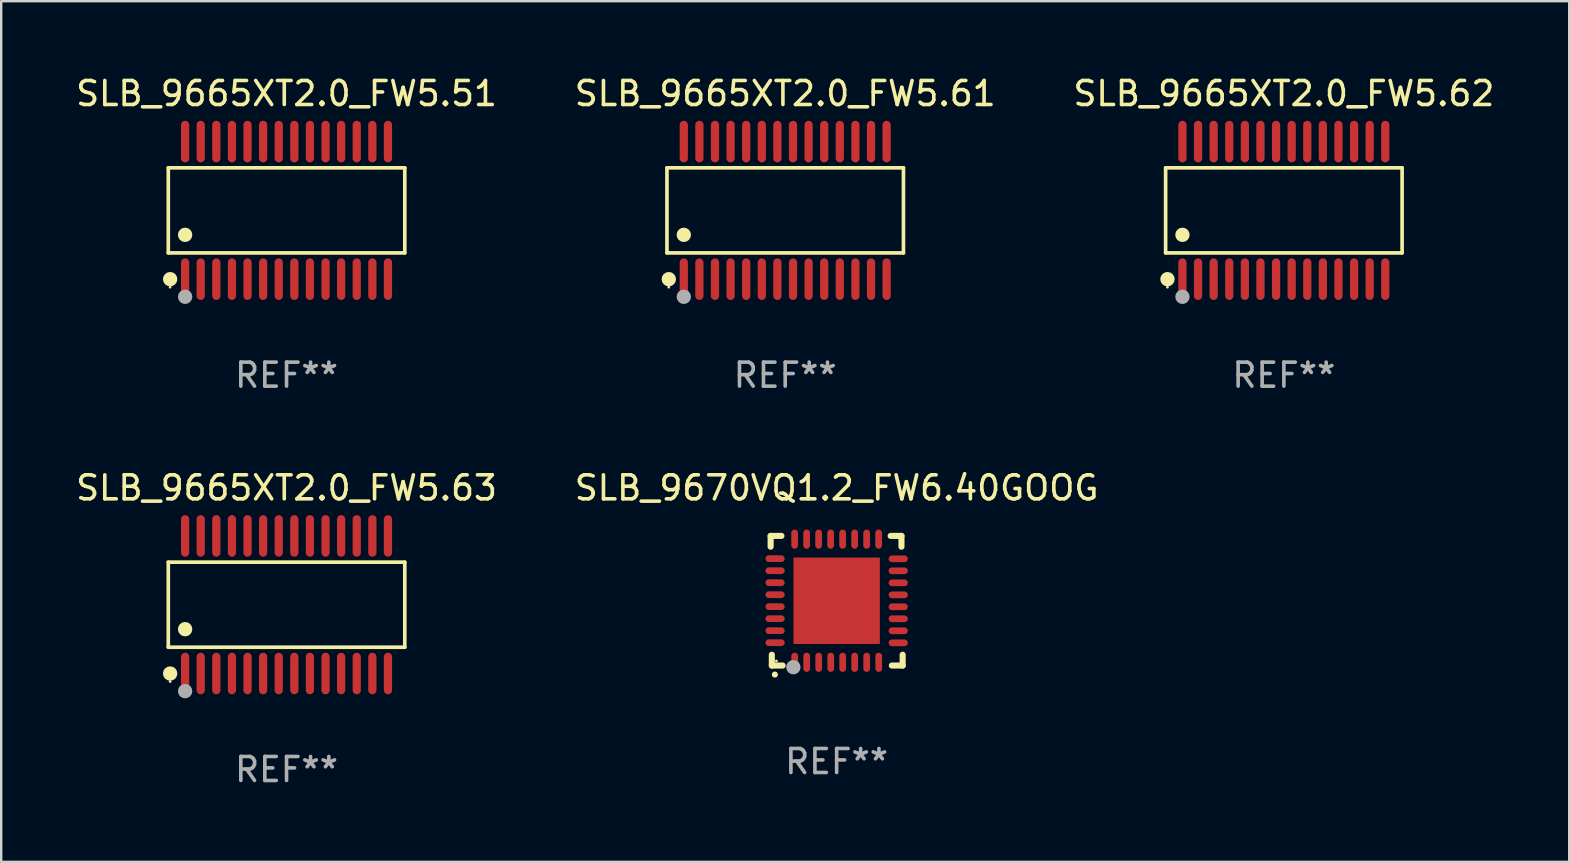
<source format=kicad_pcb>
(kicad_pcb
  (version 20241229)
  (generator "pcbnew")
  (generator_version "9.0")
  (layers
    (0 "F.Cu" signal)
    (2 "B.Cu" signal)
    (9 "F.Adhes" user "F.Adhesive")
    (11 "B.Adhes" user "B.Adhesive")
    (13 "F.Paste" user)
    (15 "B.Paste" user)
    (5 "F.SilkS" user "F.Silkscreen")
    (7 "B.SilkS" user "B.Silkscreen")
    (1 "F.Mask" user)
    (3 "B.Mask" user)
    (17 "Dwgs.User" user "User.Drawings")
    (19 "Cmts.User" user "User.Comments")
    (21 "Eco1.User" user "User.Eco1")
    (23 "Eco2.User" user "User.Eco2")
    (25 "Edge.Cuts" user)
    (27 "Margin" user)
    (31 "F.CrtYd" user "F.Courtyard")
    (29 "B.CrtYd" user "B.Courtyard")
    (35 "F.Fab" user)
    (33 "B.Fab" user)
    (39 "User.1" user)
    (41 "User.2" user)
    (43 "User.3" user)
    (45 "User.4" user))
  (footprint "SLB_9665XT2.0_FW5.51"
    (layer "F.Cu")
    (at 8.887 5.714)
    (property "Reference" "SLB_9665XT2.0_FW5.51" (at 0 -4.866 0) (layer "F.SilkS") (effects (font (size 1 1) (thickness 0.15))))
    (attr through_hole)
    (fp_line (start -4.926 -1.772) (end 4.926 -1.772) (stroke (width 0.152) (type solid)) (layer "F.SilkS"))
    (fp_line (start -4.926 1.771) (end -4.926 -1.772) (stroke (width 0.152) (type solid)) (layer "F.SilkS"))
    (fp_line (start 4.926 -1.772) (end 4.926 1.771) (stroke (width 0.152) (type solid)) (layer "F.SilkS"))
    (fp_line (start 4.926 1.771) (end -4.926 1.771) (stroke (width 0.152) (type solid)) (layer "F.SilkS"))
    (fp_circle (center -4.85 3.2) (end -4.82 3.2) (stroke (width 0.06) (type solid)) (fill no) (layer "F.SilkS"))
    (fp_circle (center -4.849 2.866) (end -4.699 2.866) (stroke (width 0.3) (type solid)) (fill no) (layer "F.SilkS"))
    (fp_circle (center -4.225 1.019) (end -4.075 1.019) (stroke (width 0.3) (type solid)) (fill no) (layer "F.SilkS"))
    (fp_circle (center -4.225 3.6) (end -4.075 3.6) (stroke (width 0.3) (type solid)) (fill no) (layer "F.Fab"))
    (fp_text user "REF**" (at 0 6.866 0) (layer "F.Fab") (effects (font (size 1 1) (thickness 0.15))))
    (pad "1" smd oval (at -4.225 2.866) (size 0.343 1.731) (layers "F.Cu" "F.Mask" "F.Paste"))
    (pad "2" smd oval (at -3.575 2.866) (size 0.343 1.731) (layers "F.Cu" "F.Mask" "F.Paste"))
    (pad "3" smd oval (at -2.925 2.866) (size 0.343 1.731) (layers "F.Cu" "F.Mask" "F.Paste"))
    (pad "4" smd oval (at -2.275 2.866) (size 0.343 1.731) (layers "F.Cu" "F.Mask" "F.Paste"))
    (pad "5" smd oval (at -1.625 2.866) (size 0.343 1.731) (layers "F.Cu" "F.Mask" "F.Paste"))
    (pad "6" smd oval (at -0.975 2.866) (size 0.343 1.731) (layers "F.Cu" "F.Mask" "F.Paste"))
    (pad "7" smd oval (at -0.325 2.866) (size 0.343 1.731) (layers "F.Cu" "F.Mask" "F.Paste"))
    (pad "8" smd oval (at 0.325 2.866) (size 0.343 1.731) (layers "F.Cu" "F.Mask" "F.Paste"))
    (pad "9" smd oval (at 0.975 2.866) (size 0.343 1.731) (layers "F.Cu" "F.Mask" "F.Paste"))
    (pad "10" smd oval (at 1.625 2.866) (size 0.343 1.731) (layers "F.Cu" "F.Mask" "F.Paste"))
    (pad "11" smd oval (at 2.275 2.866) (size 0.343 1.731) (layers "F.Cu" "F.Mask" "F.Paste"))
    (pad "12" smd oval (at 2.925 2.866) (size 0.343 1.731) (layers "F.Cu" "F.Mask" "F.Paste"))
    (pad "13" smd oval (at 3.575 2.866) (size 0.343 1.731) (layers "F.Cu" "F.Mask" "F.Paste"))
    (pad "14" smd oval (at 4.225 2.866) (size 0.343 1.731) (layers "F.Cu" "F.Mask" "F.Paste"))
    (pad "15" smd oval (at 4.225 -2.866) (size 0.343 1.731) (layers "F.Cu" "F.Mask" "F.Paste"))
    (pad "16" smd oval (at 3.575 -2.866) (size 0.343 1.731) (layers "F.Cu" "F.Mask" "F.Paste"))
    (pad "17" smd oval (at 2.925 -2.866) (size 0.343 1.731) (layers "F.Cu" "F.Mask" "F.Paste"))
    (pad "18" smd oval (at 2.275 -2.866) (size 0.343 1.731) (layers "F.Cu" "F.Mask" "F.Paste"))
    (pad "19" smd oval (at 1.625 -2.866) (size 0.343 1.731) (layers "F.Cu" "F.Mask" "F.Paste"))
    (pad "20" smd oval (at 0.975 -2.866) (size 0.343 1.731) (layers "F.Cu" "F.Mask" "F.Paste"))
    (pad "21" smd oval (at 0.325 -2.866) (size 0.343 1.731) (layers "F.Cu" "F.Mask" "F.Paste"))
    (pad "22" smd oval (at -0.325 -2.866) (size 0.343 1.731) (layers "F.Cu" "F.Mask" "F.Paste"))
    (pad "23" smd oval (at -0.975 -2.866) (size 0.343 1.731) (layers "F.Cu" "F.Mask" "F.Paste"))
    (pad "24" smd oval (at -1.625 -2.866) (size 0.343 1.731) (layers "F.Cu" "F.Mask" "F.Paste"))
    (pad "25" smd oval (at -2.275 -2.866) (size 0.343 1.731) (layers "F.Cu" "F.Mask" "F.Paste"))
    (pad "26" smd oval (at -2.925 -2.866) (size 0.343 1.731) (layers "F.Cu" "F.Mask" "F.Paste"))
    (pad "27" smd oval (at -3.575 -2.866) (size 0.343 1.731) (layers "F.Cu" "F.Mask" "F.Paste"))
    (pad "28" smd oval (at -4.225 -2.866) (size 0.343 1.731) (layers "F.Cu" "F.Mask" "F.Paste")))
  (footprint "SLB_9665XT2.0_FW5.62"
    (layer "F.Cu")
    (at 50.435 5.714)
    (property "Reference" "SLB_9665XT2.0_FW5.62" (at 0 -4.866 0) (layer "F.SilkS") (effects (font (size 1 1) (thickness 0.15))))
    (attr through_hole)
    (fp_line (start -4.926 -1.772) (end 4.926 -1.772) (stroke (width 0.152) (type solid)) (layer "F.SilkS"))
    (fp_line (start -4.926 1.771) (end -4.926 -1.772) (stroke (width 0.152) (type solid)) (layer "F.SilkS"))
    (fp_line (start 4.926 -1.772) (end 4.926 1.771) (stroke (width 0.152) (type solid)) (layer "F.SilkS"))
    (fp_line (start 4.926 1.771) (end -4.926 1.771) (stroke (width 0.152) (type solid)) (layer "F.SilkS"))
    (fp_circle (center -4.85 3.2) (end -4.82 3.2) (stroke (width 0.06) (type solid)) (fill no) (layer "F.SilkS"))
    (fp_circle (center -4.849 2.866) (end -4.699 2.866) (stroke (width 0.3) (type solid)) (fill no) (layer "F.SilkS"))
    (fp_circle (center -4.225 1.019) (end -4.075 1.019) (stroke (width 0.3) (type solid)) (fill no) (layer "F.SilkS"))
    (fp_circle (center -4.225 3.6) (end -4.075 3.6) (stroke (width 0.3) (type solid)) (fill no) (layer "F.Fab"))
    (fp_text user "REF**" (at 0 6.866 0) (layer "F.Fab") (effects (font (size 1 1) (thickness 0.15))))
    (pad "1" smd oval (at -4.225 2.866) (size 0.343 1.731) (layers "F.Cu" "F.Mask" "F.Paste"))
    (pad "2" smd oval (at -3.575 2.866) (size 0.343 1.731) (layers "F.Cu" "F.Mask" "F.Paste"))
    (pad "3" smd oval (at -2.925 2.866) (size 0.343 1.731) (layers "F.Cu" "F.Mask" "F.Paste"))
    (pad "4" smd oval (at -2.275 2.866) (size 0.343 1.731) (layers "F.Cu" "F.Mask" "F.Paste"))
    (pad "5" smd oval (at -1.625 2.866) (size 0.343 1.731) (layers "F.Cu" "F.Mask" "F.Paste"))
    (pad "6" smd oval (at -0.975 2.866) (size 0.343 1.731) (layers "F.Cu" "F.Mask" "F.Paste"))
    (pad "7" smd oval (at -0.325 2.866) (size 0.343 1.731) (layers "F.Cu" "F.Mask" "F.Paste"))
    (pad "8" smd oval (at 0.325 2.866) (size 0.343 1.731) (layers "F.Cu" "F.Mask" "F.Paste"))
    (pad "9" smd oval (at 0.975 2.866) (size 0.343 1.731) (layers "F.Cu" "F.Mask" "F.Paste"))
    (pad "10" smd oval (at 1.625 2.866) (size 0.343 1.731) (layers "F.Cu" "F.Mask" "F.Paste"))
    (pad "11" smd oval (at 2.275 2.866) (size 0.343 1.731) (layers "F.Cu" "F.Mask" "F.Paste"))
    (pad "12" smd oval (at 2.925 2.866) (size 0.343 1.731) (layers "F.Cu" "F.Mask" "F.Paste"))
    (pad "13" smd oval (at 3.575 2.866) (size 0.343 1.731) (layers "F.Cu" "F.Mask" "F.Paste"))
    (pad "14" smd oval (at 4.225 2.866) (size 0.343 1.731) (layers "F.Cu" "F.Mask" "F.Paste"))
    (pad "15" smd oval (at 4.225 -2.866) (size 0.343 1.731) (layers "F.Cu" "F.Mask" "F.Paste"))
    (pad "16" smd oval (at 3.575 -2.866) (size 0.343 1.731) (layers "F.Cu" "F.Mask" "F.Paste"))
    (pad "17" smd oval (at 2.925 -2.866) (size 0.343 1.731) (layers "F.Cu" "F.Mask" "F.Paste"))
    (pad "18" smd oval (at 2.275 -2.866) (size 0.343 1.731) (layers "F.Cu" "F.Mask" "F.Paste"))
    (pad "19" smd oval (at 1.625 -2.866) (size 0.343 1.731) (layers "F.Cu" "F.Mask" "F.Paste"))
    (pad "20" smd oval (at 0.975 -2.866) (size 0.343 1.731) (layers "F.Cu" "F.Mask" "F.Paste"))
    (pad "21" smd oval (at 0.325 -2.866) (size 0.343 1.731) (layers "F.Cu" "F.Mask" "F.Paste"))
    (pad "22" smd oval (at -0.325 -2.866) (size 0.343 1.731) (layers "F.Cu" "F.Mask" "F.Paste"))
    (pad "23" smd oval (at -0.975 -2.866) (size 0.343 1.731) (layers "F.Cu" "F.Mask" "F.Paste"))
    (pad "24" smd oval (at -1.625 -2.866) (size 0.343 1.731) (layers "F.Cu" "F.Mask" "F.Paste"))
    (pad "25" smd oval (at -2.275 -2.866) (size 0.343 1.731) (layers "F.Cu" "F.Mask" "F.Paste"))
    (pad "26" smd oval (at -2.925 -2.866) (size 0.343 1.731) (layers "F.Cu" "F.Mask" "F.Paste"))
    (pad "27" smd oval (at -3.575 -2.866) (size 0.343 1.731) (layers "F.Cu" "F.Mask" "F.Paste"))
    (pad "28" smd oval (at -4.225 -2.866) (size 0.343 1.731) (layers "F.Cu" "F.Mask" "F.Paste")))
  (footprint "SLB_9665XT2.0_FW5.61"
    (layer "F.Cu")
    (at 29.661 5.714)
    (property "Reference" "SLB_9665XT2.0_FW5.61" (at 0 -4.866 0) (layer "F.SilkS") (effects (font (size 1 1) (thickness 0.15))))
    (attr through_hole)
    (fp_line (start -4.926 -1.772) (end 4.926 -1.772) (stroke (width 0.152) (type solid)) (layer "F.SilkS"))
    (fp_line (start -4.926 1.771) (end -4.926 -1.772) (stroke (width 0.152) (type solid)) (layer "F.SilkS"))
    (fp_line (start 4.926 -1.772) (end 4.926 1.771) (stroke (width 0.152) (type solid)) (layer "F.SilkS"))
    (fp_line (start 4.926 1.771) (end -4.926 1.771) (stroke (width 0.152) (type solid)) (layer "F.SilkS"))
    (fp_circle (center -4.85 3.2) (end -4.82 3.2) (stroke (width 0.06) (type solid)) (fill no) (layer "F.SilkS"))
    (fp_circle (center -4.849 2.866) (end -4.699 2.866) (stroke (width 0.3) (type solid)) (fill no) (layer "F.SilkS"))
    (fp_circle (center -4.225 1.019) (end -4.075 1.019) (stroke (width 0.3) (type solid)) (fill no) (layer "F.SilkS"))
    (fp_circle (center -4.225 3.6) (end -4.075 3.6) (stroke (width 0.3) (type solid)) (fill no) (layer "F.Fab"))
    (fp_text user "REF**" (at 0 6.866 0) (layer "F.Fab") (effects (font (size 1 1) (thickness 0.15))))
    (pad "1" smd oval (at -4.225 2.866) (size 0.343 1.731) (layers "F.Cu" "F.Mask" "F.Paste"))
    (pad "2" smd oval (at -3.575 2.866) (size 0.343 1.731) (layers "F.Cu" "F.Mask" "F.Paste"))
    (pad "3" smd oval (at -2.925 2.866) (size 0.343 1.731) (layers "F.Cu" "F.Mask" "F.Paste"))
    (pad "4" smd oval (at -2.275 2.866) (size 0.343 1.731) (layers "F.Cu" "F.Mask" "F.Paste"))
    (pad "5" smd oval (at -1.625 2.866) (size 0.343 1.731) (layers "F.Cu" "F.Mask" "F.Paste"))
    (pad "6" smd oval (at -0.975 2.866) (size 0.343 1.731) (layers "F.Cu" "F.Mask" "F.Paste"))
    (pad "7" smd oval (at -0.325 2.866) (size 0.343 1.731) (layers "F.Cu" "F.Mask" "F.Paste"))
    (pad "8" smd oval (at 0.325 2.866) (size 0.343 1.731) (layers "F.Cu" "F.Mask" "F.Paste"))
    (pad "9" smd oval (at 0.975 2.866) (size 0.343 1.731) (layers "F.Cu" "F.Mask" "F.Paste"))
    (pad "10" smd oval (at 1.625 2.866) (size 0.343 1.731) (layers "F.Cu" "F.Mask" "F.Paste"))
    (pad "11" smd oval (at 2.275 2.866) (size 0.343 1.731) (layers "F.Cu" "F.Mask" "F.Paste"))
    (pad "12" smd oval (at 2.925 2.866) (size 0.343 1.731) (layers "F.Cu" "F.Mask" "F.Paste"))
    (pad "13" smd oval (at 3.575 2.866) (size 0.343 1.731) (layers "F.Cu" "F.Mask" "F.Paste"))
    (pad "14" smd oval (at 4.225 2.866) (size 0.343 1.731) (layers "F.Cu" "F.Mask" "F.Paste"))
    (pad "15" smd oval (at 4.225 -2.866) (size 0.343 1.731) (layers "F.Cu" "F.Mask" "F.Paste"))
    (pad "16" smd oval (at 3.575 -2.866) (size 0.343 1.731) (layers "F.Cu" "F.Mask" "F.Paste"))
    (pad "17" smd oval (at 2.925 -2.866) (size 0.343 1.731) (layers "F.Cu" "F.Mask" "F.Paste"))
    (pad "18" smd oval (at 2.275 -2.866) (size 0.343 1.731) (layers "F.Cu" "F.Mask" "F.Paste"))
    (pad "19" smd oval (at 1.625 -2.866) (size 0.343 1.731) (layers "F.Cu" "F.Mask" "F.Paste"))
    (pad "20" smd oval (at 0.975 -2.866) (size 0.343 1.731) (layers "F.Cu" "F.Mask" "F.Paste"))
    (pad "21" smd oval (at 0.325 -2.866) (size 0.343 1.731) (layers "F.Cu" "F.Mask" "F.Paste"))
    (pad "22" smd oval (at -0.325 -2.866) (size 0.343 1.731) (layers "F.Cu" "F.Mask" "F.Paste"))
    (pad "23" smd oval (at -0.975 -2.866) (size 0.343 1.731) (layers "F.Cu" "F.Mask" "F.Paste"))
    (pad "24" smd oval (at -1.625 -2.866) (size 0.343 1.731) (layers "F.Cu" "F.Mask" "F.Paste"))
    (pad "25" smd oval (at -2.275 -2.866) (size 0.343 1.731) (layers "F.Cu" "F.Mask" "F.Paste"))
    (pad "26" smd oval (at -2.925 -2.866) (size 0.343 1.731) (layers "F.Cu" "F.Mask" "F.Paste"))
    (pad "27" smd oval (at -3.575 -2.866) (size 0.343 1.731) (layers "F.Cu" "F.Mask" "F.Paste"))
    (pad "28" smd oval (at -4.225 -2.866) (size 0.343 1.731) (layers "F.Cu" "F.Mask" "F.Paste")))
  (footprint "SLB_9665XT2.0_FW5.63"
    (layer "F.Cu")
    (at 8.887 22.142)
    (property "Reference" "SLB_9665XT2.0_FW5.63" (at 0 -4.866 0) (layer "F.SilkS") (effects (font (size 1 1) (thickness 0.15))))
    (attr through_hole)
    (fp_line (start -4.926 -1.772) (end 4.926 -1.772) (stroke (width 0.152) (type solid)) (layer "F.SilkS"))
    (fp_line (start -4.926 1.771) (end -4.926 -1.772) (stroke (width 0.152) (type solid)) (layer "F.SilkS"))
    (fp_line (start 4.926 -1.772) (end 4.926 1.771) (stroke (width 0.152) (type solid)) (layer "F.SilkS"))
    (fp_line (start 4.926 1.771) (end -4.926 1.771) (stroke (width 0.152) (type solid)) (layer "F.SilkS"))
    (fp_circle (center -4.85 3.2) (end -4.82 3.2) (stroke (width 0.06) (type solid)) (fill no) (layer "F.SilkS"))
    (fp_circle (center -4.849 2.866) (end -4.699 2.866) (stroke (width 0.3) (type solid)) (fill no) (layer "F.SilkS"))
    (fp_circle (center -4.225 1.019) (end -4.075 1.019) (stroke (width 0.3) (type solid)) (fill no) (layer "F.SilkS"))
    (fp_circle (center -4.225 3.6) (end -4.075 3.6) (stroke (width 0.3) (type solid)) (fill no) (layer "F.Fab"))
    (fp_text user "REF**" (at 0 6.866 0) (layer "F.Fab") (effects (font (size 1 1) (thickness 0.15))))
    (pad "1" smd oval (at -4.225 2.866) (size 0.343 1.731) (layers "F.Cu" "F.Mask" "F.Paste"))
    (pad "2" smd oval (at -3.575 2.866) (size 0.343 1.731) (layers "F.Cu" "F.Mask" "F.Paste"))
    (pad "3" smd oval (at -2.925 2.866) (size 0.343 1.731) (layers "F.Cu" "F.Mask" "F.Paste"))
    (pad "4" smd oval (at -2.275 2.866) (size 0.343 1.731) (layers "F.Cu" "F.Mask" "F.Paste"))
    (pad "5" smd oval (at -1.625 2.866) (size 0.343 1.731) (layers "F.Cu" "F.Mask" "F.Paste"))
    (pad "6" smd oval (at -0.975 2.866) (size 0.343 1.731) (layers "F.Cu" "F.Mask" "F.Paste"))
    (pad "7" smd oval (at -0.325 2.866) (size 0.343 1.731) (layers "F.Cu" "F.Mask" "F.Paste"))
    (pad "8" smd oval (at 0.325 2.866) (size 0.343 1.731) (layers "F.Cu" "F.Mask" "F.Paste"))
    (pad "9" smd oval (at 0.975 2.866) (size 0.343 1.731) (layers "F.Cu" "F.Mask" "F.Paste"))
    (pad "10" smd oval (at 1.625 2.866) (size 0.343 1.731) (layers "F.Cu" "F.Mask" "F.Paste"))
    (pad "11" smd oval (at 2.275 2.866) (size 0.343 1.731) (layers "F.Cu" "F.Mask" "F.Paste"))
    (pad "12" smd oval (at 2.925 2.866) (size 0.343 1.731) (layers "F.Cu" "F.Mask" "F.Paste"))
    (pad "13" smd oval (at 3.575 2.866) (size 0.343 1.731) (layers "F.Cu" "F.Mask" "F.Paste"))
    (pad "14" smd oval (at 4.225 2.866) (size 0.343 1.731) (layers "F.Cu" "F.Mask" "F.Paste"))
    (pad "15" smd oval (at 4.225 -2.866) (size 0.343 1.731) (layers "F.Cu" "F.Mask" "F.Paste"))
    (pad "16" smd oval (at 3.575 -2.866) (size 0.343 1.731) (layers "F.Cu" "F.Mask" "F.Paste"))
    (pad "17" smd oval (at 2.925 -2.866) (size 0.343 1.731) (layers "F.Cu" "F.Mask" "F.Paste"))
    (pad "18" smd oval (at 2.275 -2.866) (size 0.343 1.731) (layers "F.Cu" "F.Mask" "F.Paste"))
    (pad "19" smd oval (at 1.625 -2.866) (size 0.343 1.731) (layers "F.Cu" "F.Mask" "F.Paste"))
    (pad "20" smd oval (at 0.975 -2.866) (size 0.343 1.731) (layers "F.Cu" "F.Mask" "F.Paste"))
    (pad "21" smd oval (at 0.325 -2.866) (size 0.343 1.731) (layers "F.Cu" "F.Mask" "F.Paste"))
    (pad "22" smd oval (at -0.325 -2.866) (size 0.343 1.731) (layers "F.Cu" "F.Mask" "F.Paste"))
    (pad "23" smd oval (at -0.975 -2.866) (size 0.343 1.731) (layers "F.Cu" "F.Mask" "F.Paste"))
    (pad "24" smd oval (at -1.625 -2.866) (size 0.343 1.731) (layers "F.Cu" "F.Mask" "F.Paste"))
    (pad "25" smd oval (at -2.275 -2.866) (size 0.343 1.731) (layers "F.Cu" "F.Mask" "F.Paste"))
    (pad "26" smd oval (at -2.925 -2.866) (size 0.343 1.731) (layers "F.Cu" "F.Mask" "F.Paste"))
    (pad "27" smd oval (at -3.575 -2.866) (size 0.343 1.731) (layers "F.Cu" "F.Mask" "F.Paste"))
    (pad "28" smd oval (at -4.225 -2.866) (size 0.343 1.731) (layers "F.Cu" "F.Mask" "F.Paste")))
  (footprint "SLB_9670VQ1.2_FW6.40GOOG"
    (layer "F.Cu")
    (at 31.804 21.976)
    (property "Reference" "SLB_9670VQ1.2_FW6.40GOOG" (at 0 -4.7 0) (layer "F.SilkS") (effects (font (size 1 1) (thickness 0.15))))
    (attr through_hole)
    (fp_line (start -2.75 -2.7) (end -2.75 -2.25) (stroke (width 0.254) (type solid)) (layer "F.SilkS"))
    (fp_line (start -2.7 2.7) (end -2.7 2.25) (stroke (width 0.254) (type solid)) (layer "F.SilkS"))
    (fp_line (start -2.3 -2.7) (end -2.75 -2.7) (stroke (width 0.254) (type solid)) (layer "F.SilkS"))
    (fp_line (start -2.25 2.7) (end -2.7 2.7) (stroke (width 0.254) (type solid)) (layer "F.SilkS"))
    (fp_line (start 2.3 2.7) (end 2.75 2.7) (stroke (width 0.254) (type solid)) (layer "F.SilkS"))
    (fp_line (start 2.7 -2.7) (end 2.25 -2.7) (stroke (width 0.254) (type solid)) (layer "F.SilkS"))
    (fp_line (start 2.7 -2.25) (end 2.7 -2.7) (stroke (width 0.254) (type solid)) (layer "F.SilkS"))
    (fp_line (start 2.75 2.7) (end 2.75 2.25) (stroke (width 0.254) (type solid)) (layer "F.SilkS"))
    (fp_arc (start -2.575565 3.075946) (mid -2.574295 3.07594) (end -2.573025 3.075946) (stroke (width 0.25) (type solid)) (layer "F.SilkS"))
    (fp_circle (center -2.51 2.51) (end -2.48 2.51) (stroke (width 0.06) (type solid)) (fill no) (layer "F.SilkS"))
    (fp_circle (center -1.803 2.769) (end -1.653 2.769) (stroke (width 0.3) (type solid)) (fill no) (layer "F.Fab"))
    (fp_text user "REF**" (at 0 6.7 0) (layer "F.Fab") (effects (font (size 1 1) (thickness 0.15))))
    (pad "1" smd oval (at -1.747 2.565) (size 0.28 0.8) (layers "F.Cu" "F.Mask" "F.Paste"))
    (pad "2" smd oval (at -1.247 2.565) (size 0.28 0.8) (layers "F.Cu" "F.Mask" "F.Paste"))
    (pad "3" smd oval (at -0.747 2.565) (size 0.28 0.8) (layers "F.Cu" "F.Mask" "F.Paste"))
    (pad "4" smd oval (at -0.246 2.565) (size 0.28 0.8) (layers "F.Cu" "F.Mask" "F.Paste"))
    (pad "5" smd oval (at 0.252 2.565) (size 0.28 0.8) (layers "F.Cu" "F.Mask" "F.Paste"))
    (pad "6" smd oval (at 0.752 2.565) (size 0.28 0.8) (layers "F.Cu" "F.Mask" "F.Paste"))
    (pad "7" smd oval (at 1.252 2.565) (size 0.28 0.8) (layers "F.Cu" "F.Mask" "F.Paste"))
    (pad "8" smd oval (at 1.753 2.565) (size 0.28 0.8) (layers "F.Cu" "F.Mask" "F.Paste"))
    (pad "9" smd oval (at 2.565 1.753) (size 0.8 0.28) (layers "F.Cu" "F.Mask" "F.Paste"))
    (pad "10" smd oval (at 2.565 1.252) (size 0.8 0.28) (layers "F.Cu" "F.Mask" "F.Paste"))
    (pad "11" smd oval (at 2.565 0.752) (size 0.8 0.28) (layers "F.Cu" "F.Mask" "F.Paste"))
    (pad "12" smd oval (at 2.565 0.252) (size 0.8 0.28) (layers "F.Cu" "F.Mask" "F.Paste"))
    (pad "13" smd oval (at 2.565 -0.246) (size 0.8 0.28) (layers "F.Cu" "F.Mask" "F.Paste"))
    (pad "14" smd oval (at 2.565 -0.747) (size 0.8 0.28) (layers "F.Cu" "F.Mask" "F.Paste"))
    (pad "15" smd oval (at 2.565 -1.247) (size 0.8 0.28) (layers "F.Cu" "F.Mask" "F.Paste"))
    (pad "16" smd oval (at 2.565 -1.747) (size 0.8 0.28) (layers "F.Cu" "F.Mask" "F.Paste"))
    (pad "17" smd oval (at 1.75 -2.565) (size 0.28 0.8) (layers "F.Cu" "F.Mask" "F.Paste"))
    (pad "18" smd oval (at 1.25 -2.565) (size 0.28 0.8) (layers "F.Cu" "F.Mask" "F.Paste"))
    (pad "19" smd oval (at 0.75 -2.565) (size 0.28 0.8) (layers "F.Cu" "F.Mask" "F.Paste"))
    (pad "20" smd oval (at 0.25 -2.565) (size 0.28 0.8) (layers "F.Cu" "F.Mask" "F.Paste"))
    (pad "21" smd oval (at -0.25 -2.565) (size 0.28 0.8) (layers "F.Cu" "F.Mask" "F.Paste"))
    (pad "22" smd oval (at -0.75 -2.565) (size 0.28 0.8) (layers "F.Cu" "F.Mask" "F.Paste"))
    (pad "23" smd oval (at -1.25 -2.565) (size 0.28 0.8) (layers "F.Cu" "F.Mask" "F.Paste"))
    (pad "24" smd oval (at -1.75 -2.565) (size 0.28 0.8) (layers "F.Cu" "F.Mask" "F.Paste"))
    (pad "25" smd oval (at -2.565 -1.753) (size 0.8 0.28) (layers "F.Cu" "F.Mask" "F.Paste"))
    (pad "26" smd oval (at -2.565 -1.252) (size 0.8 0.28) (layers "F.Cu" "F.Mask" "F.Paste"))
    (pad "27" smd oval (at -2.565 -0.752) (size 0.8 0.28) (layers "F.Cu" "F.Mask" "F.Paste"))
    (pad "28" smd oval (at -2.565 -0.251) (size 0.8 0.28) (layers "F.Cu" "F.Mask" "F.Paste"))
    (pad "29" smd oval (at -2.565 0.246) (size 0.8 0.28) (layers "F.Cu" "F.Mask" "F.Paste"))
    (pad "30" smd oval (at -2.565 0.747) (size 0.8 0.28) (layers "F.Cu" "F.Mask" "F.Paste"))
    (pad "31" smd oval (at -2.565 1.247) (size 0.8 0.28) (layers "F.Cu" "F.Mask" "F.Paste"))
    (pad "32" smd oval (at -2.565 1.748) (size 0.8 0.28) (layers "F.Cu" "F.Mask" "F.Paste"))
    (pad "33" smd rect (at 0.000076 0.000076) (size 3.6 3.6) (layers "F.Cu" "F.Mask" "F.Paste")))
  (gr_rect
    (start -3 -3)
    (end 62.321 32.856)
    (stroke (width 0.1) (type default))
    (fill no)
    (layer "Edge.Cuts")))
</source>
